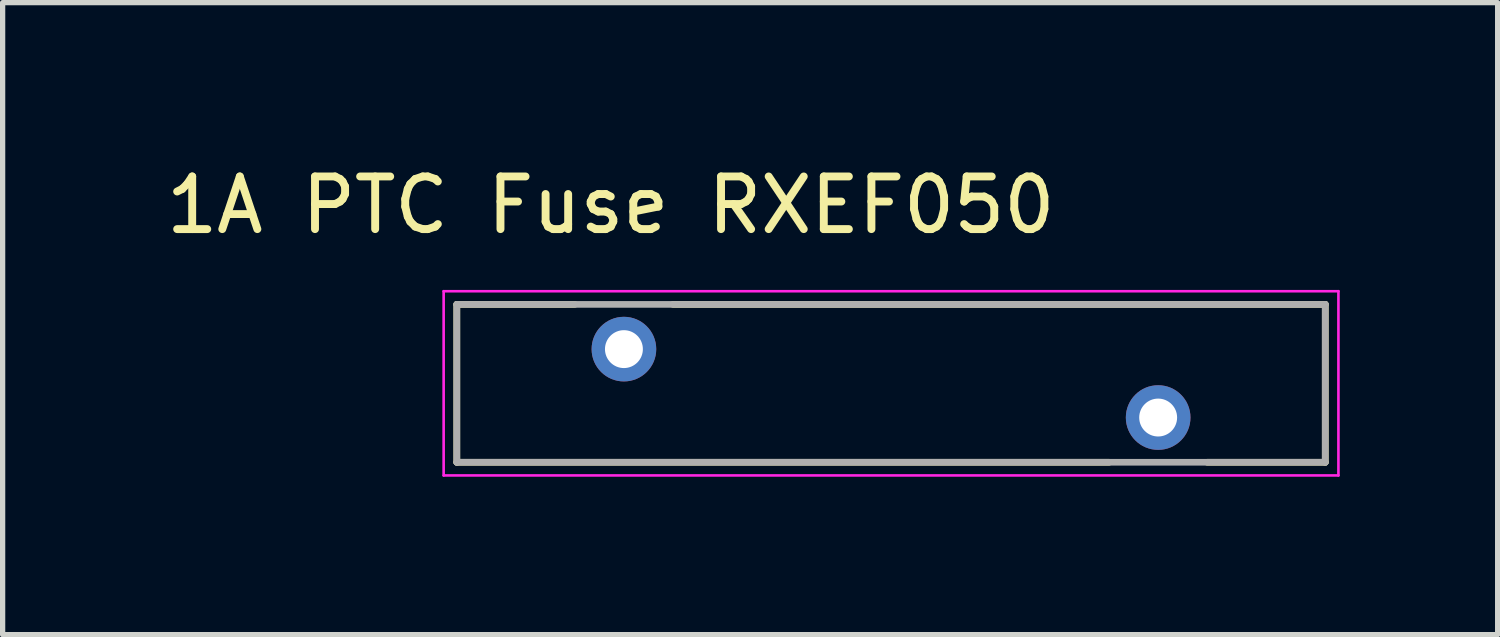
<source format=kicad_pcb>
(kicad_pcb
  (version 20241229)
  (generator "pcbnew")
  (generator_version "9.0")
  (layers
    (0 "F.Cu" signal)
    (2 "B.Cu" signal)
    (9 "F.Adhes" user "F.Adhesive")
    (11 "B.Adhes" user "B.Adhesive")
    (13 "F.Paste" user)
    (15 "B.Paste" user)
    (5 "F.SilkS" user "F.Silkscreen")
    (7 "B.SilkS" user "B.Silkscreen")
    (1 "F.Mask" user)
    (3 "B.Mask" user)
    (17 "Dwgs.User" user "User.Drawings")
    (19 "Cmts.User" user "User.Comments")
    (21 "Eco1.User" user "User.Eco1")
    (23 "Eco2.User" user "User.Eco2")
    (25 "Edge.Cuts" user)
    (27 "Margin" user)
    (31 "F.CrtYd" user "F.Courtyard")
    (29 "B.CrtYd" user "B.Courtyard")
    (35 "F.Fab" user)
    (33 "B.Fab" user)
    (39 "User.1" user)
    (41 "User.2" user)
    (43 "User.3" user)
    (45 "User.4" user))
  (footprint "1A PTC Fuse RXEF050"
    (layer "F.Cu")
    (at 13.879 4.233)
    (property "Reference" "1A PTC Fuse RXEF050" (at -5.325 -3.385 0) (layer "F.SilkS") (effects (font (size 1 1) (thickness 0.15))))
    (attr through_hole)
    (fp_line (start -8.25 -1.5) (end -8.25 1.5) (stroke (width 0.127) (type solid)) (layer "F.SilkS"))
    (fp_line (start -8.25 1.5) (end 4.141 1.5) (stroke (width 0.127) (type solid)) (layer "F.SilkS"))
    (fp_line (start -6.009 -1.5) (end -8.25 -1.5) (stroke (width 0.127) (type solid)) (layer "F.SilkS"))
    (fp_line (start 6.009 1.5) (end 8.25 1.5) (stroke (width 0.127) (type solid)) (layer "F.SilkS"))
    (fp_line (start 8.25 -1.5) (end -4.141 -1.5) (stroke (width 0.127) (type solid)) (layer "F.SilkS"))
    (fp_line (start 8.25 1.5) (end 8.25 -1.5) (stroke (width 0.127) (type solid)) (layer "F.SilkS"))
    (fp_line (start -8.5 -1.75) (end -8.5 1.75) (stroke (width 0.05) (type solid)) (layer "F.CrtYd"))
    (fp_line (start -8.5 1.75) (end 8.5 1.75) (stroke (width 0.05) (type solid)) (layer "F.CrtYd"))
    (fp_line (start 8.5 -1.75) (end -8.5 -1.75) (stroke (width 0.05) (type solid)) (layer "F.CrtYd"))
    (fp_line (start 8.5 1.75) (end 8.5 -1.75) (stroke (width 0.05) (type solid)) (layer "F.CrtYd"))
    (fp_line (start -8.25 -1.5) (end -8.25 1.5) (stroke (width 0.127) (type solid)) (layer "F.Fab"))
    (fp_line (start -8.25 1.5) (end 8.25 1.5) (stroke (width 0.127) (type solid)) (layer "F.Fab"))
    (fp_line (start 8.25 -1.5) (end -8.25 -1.5) (stroke (width 0.127) (type solid)) (layer "F.Fab"))
    (fp_line (start 8.25 1.5) (end 8.25 -1.5) (stroke (width 0.127) (type solid)) (layer "F.Fab"))
    (pad "1" thru_hole circle (at -5.075 -0.65) (size 1.228 1.228) (drill 0.72) (layers "*.Cu" "*.Mask"))
    (pad "2" thru_hole circle (at 5.075 0.65) (size 1.228 1.228) (drill 0.72) (layers "*.Cu" "*.Mask")))
  (gr_rect
    (start -3 -3)
    (end 25.404 9.008)
    (stroke (width 0.1) (type default))
    (fill no)
    (layer "Edge.Cuts")))
</source>
